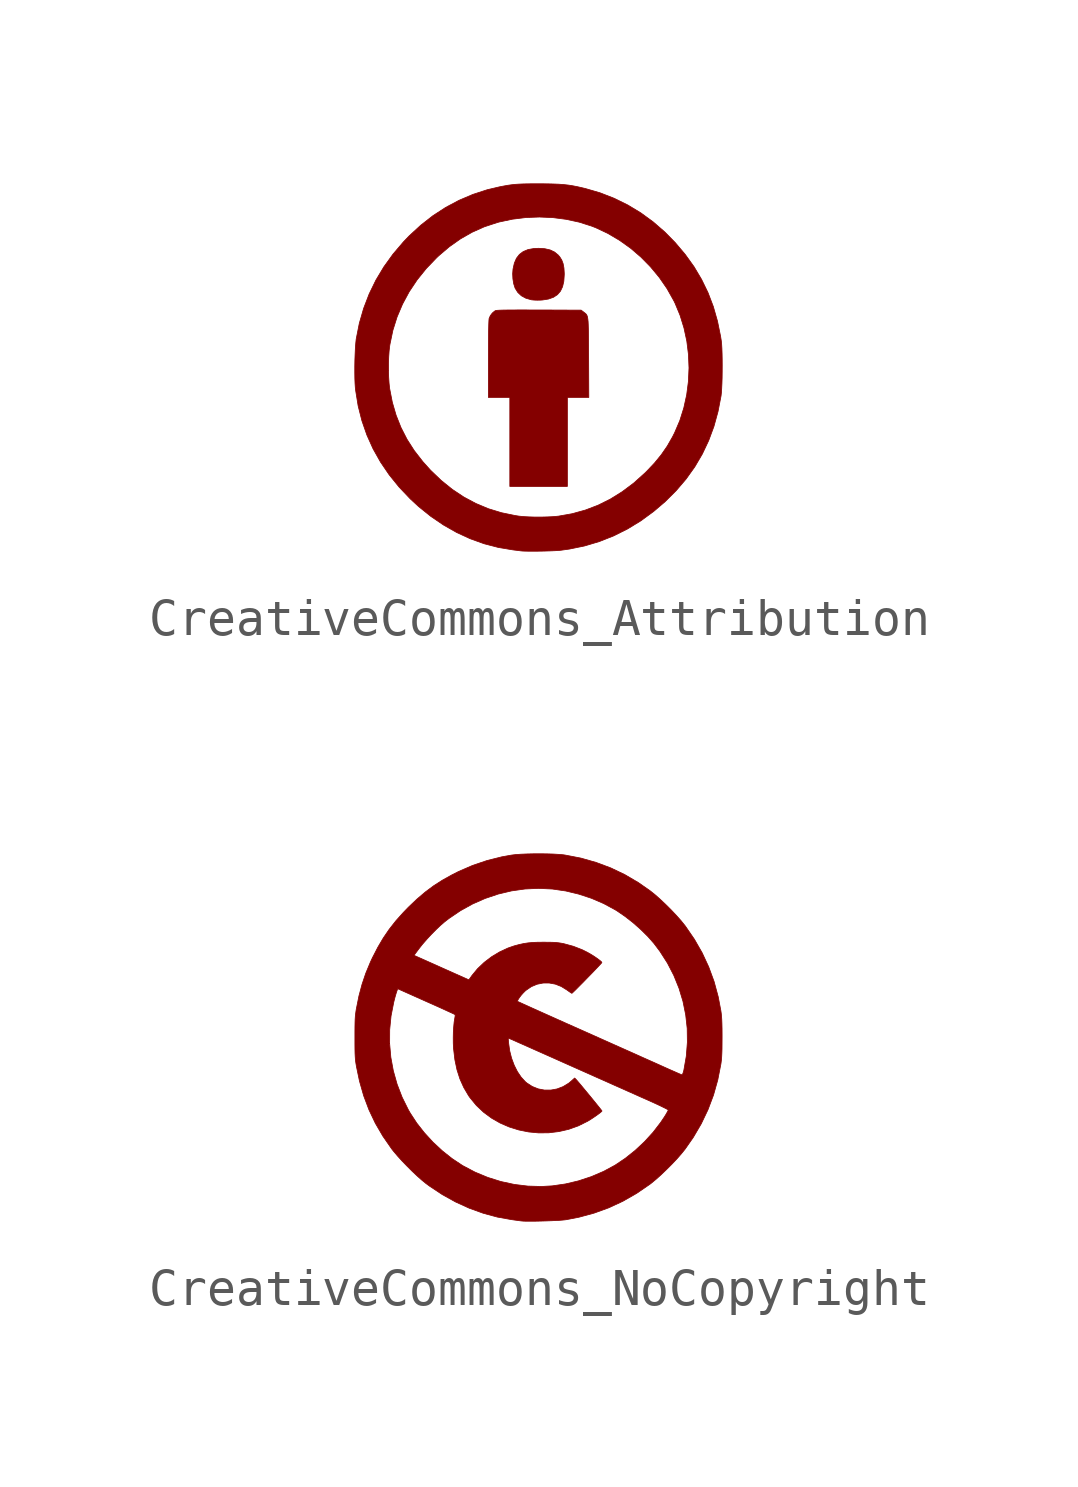
<source format=kicad_sym>
(kicad_symbol_lib
  (version 20211014)
  (generator kicad_symbol_editor)
  (symbol "CreativeCommons_Attribution"
    (pin_names
      (offset 1.016))
    (property "Reference" "G"
      (at 0 4.365 0)
      (effects (font (size 1.27 1.27)) hide))
    (symbol "CreativeCommons_Attribution_0_0"
      (polyline (pts (xy 0.054 1.828) (xy 0.105 1.831) (xy 0.268 1.857) (xy 0.404 1.905) (xy 0.512 1.976) (xy 0.594 2.071) (xy 0.652 2.193) (xy 0.686 2.341) (xy 0.698 2.518) (xy 0.698 2.557) (xy 0.689 2.701) (xy 0.667 2.818) (xy 0.63 2.917) (xy 0.576 3.003) (xy 0.534 3.053) (xy 0.434 3.135) (xy 0.314 3.192) (xy 0.17 3.225) (xy 0 3.236) (xy -0.131 3.23) (xy -0.287 3.202) (xy -0.417 3.148) (xy -0.521 3.07) (xy -0.602 2.965) (xy -0.659 2.833) (xy -0.695 2.673) (xy -0.705 2.543) (xy -0.698 2.403) (xy -0.676 2.27) (xy -0.64 2.158) (xy -0.638 2.153) (xy -0.566 2.038) (xy -0.468 1.946) (xy -0.345 1.879) (xy -0.2 1.838) (xy -0.192 1.836) (xy -0.121 1.829) (xy -0.033 1.826) (xy 0.054 1.828)) (stroke (width 0.01) (type default) (color 0 0 0 0)) (fill (type outline)))
      (polyline (pts (xy 0.782 -0.818) (xy 1.365 -0.818) (xy 1.36 0.259) (xy 1.359 0.368) (xy 1.358 0.585) (xy 1.357 0.769) (xy 1.355 0.924) (xy 1.353 1.052) (xy 1.35 1.157) (xy 1.346 1.241) (xy 1.339 1.307) (xy 1.331 1.358) (xy 1.321 1.396) (xy 1.308 1.425) (xy 1.292 1.448) (xy 1.273 1.466) (xy 1.25 1.484) (xy 1.224 1.504) (xy 1.157 1.555) (xy 0.02 1.56) (xy 0.008 1.56) (xy -0.246 1.56) (xy -0.465 1.561) (xy -0.651 1.56) (xy -0.806 1.559) (xy -0.931 1.558) (xy -1.028 1.555) (xy -1.099 1.552) (xy -1.145 1.548) (xy -1.168 1.544) (xy -1.197 1.528) (xy -1.259 1.475) (xy -1.311 1.406) (xy -1.344 1.332) (xy -1.347 1.315) (xy -1.351 1.258) (xy -1.355 1.166) (xy -1.358 1.041) (xy -1.36 0.883) (xy -1.362 0.693) (xy -1.363 0.473) (xy -1.364 0.223) (xy -1.364 -0.818) (xy -0.782 -0.818) (xy -0.782 -3.236) (xy 0.782 -3.236) (xy 0.782 -0.818)) (stroke (width 0.01) (type default) (color 0 0 0 0)) (fill (type outline)))
      (polyline (pts (xy 0.035 -4.997) (xy 0.173 -4.994) (xy 0.306 -4.99) (xy 0.427 -4.985) (xy 0.53 -4.979) (xy 0.608 -4.972) (xy 0.837 -4.94) (xy 1.251 -4.855) (xy 1.653 -4.735) (xy 2.042 -4.581) (xy 2.418 -4.393) (xy 2.78 -4.172) (xy 3.127 -3.918) (xy 3.439 -3.652) (xy 3.74 -3.352) (xy 4.009 -3.037) (xy 4.246 -2.705) (xy 4.451 -2.356) (xy 4.624 -1.99) (xy 4.767 -1.605) (xy 4.878 -1.201) (xy 4.96 -0.777) (xy 4.969 -0.696) (xy 4.977 -0.58) (xy 4.984 -0.44) (xy 4.989 -0.284) (xy 4.991 -0.118) (xy 4.992 0.051) (xy 4.991 0.217) (xy 4.988 0.374) (xy 4.983 0.514) (xy 4.976 0.631) (xy 4.967 0.718) (xy 4.948 0.841) (xy 4.863 1.257) (xy 4.75 1.653) (xy 4.606 2.03) (xy 4.431 2.39) (xy 4.225 2.737) (xy 3.985 3.071) (xy 3.712 3.394) (xy 3.433 3.678) (xy 3.115 3.954) (xy 2.778 4.2) (xy 2.424 4.414) (xy 2.054 4.596) (xy 1.668 4.746) (xy 1.269 4.862) (xy 1.202 4.878) (xy 1.062 4.91) (xy 0.934 4.935) (xy 0.809 4.955) (xy 0.683 4.969) (xy 0.547 4.979) (xy 0.396 4.985) (xy 0.222 4.989) (xy 0.018 4.99) (xy -0.124 4.99) (xy -0.285 4.989) (xy -0.42 4.986) (xy -0.537 4.981) (xy -0.642 4.974) (xy -0.741 4.963) (xy -0.84 4.949) (xy -0.945 4.93) (xy -1.064 4.907) (xy -1.398 4.828) (xy -1.787 4.701) (xy -2.163 4.541) (xy -2.526 4.348) (xy -2.873 4.122) (xy -3.204 3.863) (xy -3.519 3.573) (xy -3.675 3.41) (xy -3.957 3.079) (xy -4.206 2.733) (xy -4.423 2.371) (xy -4.606 1.995) (xy -4.756 1.604) (xy -4.873 1.2) (xy -4.956 0.782) (xy -4.96 0.757) (xy -4.971 0.648) (xy -4.981 0.513) (xy -4.988 0.358) (xy -4.994 0.193) (xy -4.997 0.023) (xy -4.997 -0.086) (xy -4.081 -0.086) (xy -4.081 0.099) (xy -4.075 0.279) (xy -4.064 0.444) (xy -4.048 0.582) (xy -4.04 0.631) (xy -3.961 1.008) (xy -3.847 1.37) (xy -3.699 1.719) (xy -3.518 2.055) (xy -3.303 2.377) (xy -3.055 2.685) (xy -2.773 2.979) (xy -2.718 3.031) (xy -2.427 3.279) (xy -2.123 3.493) (xy -1.807 3.673) (xy -1.476 3.821) (xy -1.13 3.935) (xy -1.064 3.953) (xy -0.71 4.028) (xy -0.346 4.073) (xy 0.022 4.087) (xy 0.39 4.071) (xy 0.751 4.024) (xy 1.102 3.948) (xy 1.436 3.842) (xy 1.557 3.795) (xy 1.885 3.64) (xy 2.2 3.454) (xy 2.501 3.239) (xy 2.783 2.997) (xy 3.044 2.731) (xy 3.282 2.444) (xy 3.492 2.139) (xy 3.673 1.817) (xy 3.708 1.747) (xy 3.845 1.417) (xy 3.952 1.071) (xy 4.029 0.715) (xy 4.074 0.351) (xy 4.089 -0.016) (xy 4.073 -0.383) (xy 4.026 -0.746) (xy 3.948 -1.101) (xy 3.84 -1.445) (xy 3.7 -1.773) (xy 3.64 -1.892) (xy 3.497 -2.142) (xy 3.336 -2.375) (xy 3.151 -2.601) (xy 2.937 -2.827) (xy 2.886 -2.877) (xy 2.585 -3.147) (xy 2.273 -3.381) (xy 1.95 -3.582) (xy 1.616 -3.748) (xy 1.27 -3.88) (xy 0.912 -3.979) (xy 0.54 -4.045) (xy 0.52 -4.047) (xy 0.39 -4.059) (xy 0.237 -4.066) (xy 0.07 -4.07) (xy -0.1 -4.07) (xy -0.264 -4.065) (xy -0.411 -4.057) (xy -0.531 -4.045) (xy -0.635 -4.029) (xy -1.008 -3.952) (xy -1.365 -3.843) (xy -1.706 -3.7) (xy -2.034 -3.525) (xy -2.348 -3.316) (xy -2.648 -3.074) (xy -2.937 -2.797) (xy -3.148 -2.562) (xy -3.38 -2.264) (xy -3.577 -1.956) (xy -3.741 -1.636) (xy -3.874 -1.301) (xy -3.976 -0.951) (xy -4.048 -0.582) (xy -4.05 -0.573) (xy -4.065 -0.432) (xy -4.076 -0.267) (xy -4.081 -0.086) (xy -4.997 -0.086) (xy -4.997 -0.142) (xy -4.995 -0.296) (xy -4.99 -0.432) (xy -4.983 -0.54) (xy -4.972 -0.636) (xy -4.905 -1.05) (xy -4.803 -1.452) (xy -4.668 -1.84) (xy -4.5 -2.214) (xy -4.297 -2.575) (xy -4.061 -2.922) (xy -3.792 -3.255) (xy -3.489 -3.574) (xy -3.262 -3.784) (xy -2.93 -4.051) (xy -2.585 -4.286) (xy -2.228 -4.489) (xy -1.859 -4.659) (xy -1.481 -4.795) (xy -1.094 -4.896) (xy -0.7 -4.962) (xy -0.669 -4.966) (xy -0.592 -4.975) (xy -0.529 -4.983) (xy -0.491 -4.988) (xy -0.488 -4.989) (xy -0.428 -4.994) (xy -0.339 -4.997) (xy -0.228 -4.998) (xy -0.101 -4.998) (xy 0.035 -4.997)) (stroke (width 0.01) (type default) (color 0 0 0 0)) (fill (type outline)))))
  (symbol "CreativeCommons_NoCopyright"
    (pin_names
      (offset 1.016))
    (property "Reference" "G"
      (at 0 4.365 0)
      (effects (font (size 1.27 1.27)) hide))
    (symbol "CreativeCommons_NoCopyright_0_0"
      (polyline (pts (xy -0.077 -4.995) (xy 0.06 -4.992) (xy 0.202 -4.988) (xy 0.341 -4.983) (xy 0.472 -4.977) (xy 0.587 -4.971) (xy 0.68 -4.963) (xy 0.745 -4.956) (xy 1.097 -4.888) (xy 1.511 -4.776) (xy 1.911 -4.631) (xy 2.296 -4.452) (xy 2.668 -4.239) (xy 3.027 -3.993) (xy 3.062 -3.966) (xy 3.192 -3.859) (xy 3.334 -3.732) (xy 3.481 -3.591) (xy 3.627 -3.445) (xy 3.765 -3.299) (xy 3.886 -3.16) (xy 3.986 -3.036) (xy 4.209 -2.716) (xy 4.425 -2.347) (xy 4.608 -1.964) (xy 4.758 -1.567) (xy 4.874 -1.155) (xy 4.958 -0.727) (xy 4.963 -0.693) (xy 4.973 -0.615) (xy 4.98 -0.529) (xy 4.985 -0.431) (xy 4.989 -0.314) (xy 4.99 -0.172) (xy 4.991 0) (xy 4.991 0.082) (xy 4.99 0.24) (xy 4.987 0.37) (xy 4.983 0.477) (xy 4.977 0.569) (xy 4.969 0.65) (xy 4.958 0.727) (xy 4.886 1.106) (xy 4.774 1.52) (xy 4.628 1.917) (xy 4.45 2.3) (xy 4.238 2.67) (xy 3.993 3.027) (xy 3.982 3.041) (xy 3.876 3.173) (xy 3.747 3.318) (xy 3.604 3.47) (xy 3.453 3.62) (xy 3.302 3.762) (xy 3.158 3.889) (xy 3.027 3.993) (xy 2.712 4.212) (xy 2.344 4.428) (xy 1.962 4.61) (xy 1.566 4.758) (xy 1.155 4.875) (xy 0.727 4.958) (xy 0.674 4.966) (xy 0.545 4.977) (xy 0.392 4.986) (xy 0.221 4.991) (xy 0.041 4.993) (xy -0.141 4.992) (xy -0.317 4.988) (xy -0.48 4.981) (xy -0.623 4.971) (xy -0.736 4.957) (xy -0.997 4.91) (xy -1.4 4.809) (xy -1.79 4.677) (xy -2.173 4.511) (xy -2.347 4.423) (xy -2.609 4.277) (xy -2.851 4.122) (xy -3.08 3.951) (xy -3.307 3.758) (xy -3.538 3.538) (xy -3.675 3.396) (xy -3.878 3.169) (xy -4.057 2.941) (xy -4.218 2.705) (xy -4.367 2.452) (xy -4.48 2.232) (xy -3.384 2.232) (xy -3.246 2.416) (xy -3.154 2.533) (xy -3.04 2.664) (xy -2.916 2.798) (xy -2.788 2.928) (xy -2.665 3.045) (xy -2.555 3.14) (xy -2.434 3.234) (xy -2.121 3.446) (xy -1.792 3.628) (xy -1.449 3.779) (xy -1.095 3.898) (xy -0.733 3.984) (xy -0.366 4.036) (xy 0.004 4.053) (xy 0.374 4.035) (xy 0.385 4.034) (xy 0.74 3.982) (xy 1.093 3.897) (xy 1.44 3.783) (xy 1.772 3.64) (xy 2.083 3.472) (xy 2.134 3.441) (xy 2.351 3.292) (xy 2.569 3.122) (xy 2.779 2.936) (xy 2.973 2.745) (xy 3.14 2.555) (xy 3.301 2.341) (xy 3.506 2.021) (xy 3.679 1.686) (xy 3.82 1.338) (xy 3.928 0.981) (xy 4.002 0.615) (xy 4.043 0.244) (xy 4.048 -0.131) (xy 4.019 -0.506) (xy 3.954 -0.88) (xy 3.951 -0.895) (xy 3.933 -0.958) (xy 3.916 -1.001) (xy 3.903 -1.016) (xy 3.902 -1.016) (xy 3.879 -1.008) (xy 3.827 -0.987) (xy 3.752 -0.954) (xy 3.657 -0.912) (xy 3.547 -0.864) (xy 3.427 -0.81) (xy 3.381 -0.789) (xy 3.281 -0.744) (xy 3.152 -0.686) (xy 2.999 -0.618) (xy 2.822 -0.539) (xy 2.627 -0.451) (xy 2.414 -0.356) (xy 2.189 -0.256) (xy 1.952 -0.15) (xy 1.708 -0.041) (xy 1.46 0.07) (xy 1.209 0.182) (xy 0.748 0.387) (xy 0.529 0.485) (xy 0.324 0.577) (xy 0.134 0.662) (xy -0.037 0.739) (xy -0.189 0.807) (xy -0.318 0.866) (xy -0.423 0.913) (xy -0.501 0.949) (xy -0.55 0.971) (xy -0.568 0.98) (xy -0.569 0.998) (xy -0.55 1.036) (xy -0.515 1.089) (xy -0.469 1.149) (xy -0.415 1.209) (xy -0.361 1.263) (xy -0.336 1.284) (xy -0.194 1.381) (xy -0.039 1.446) (xy 0.124 1.479) (xy 0.291 1.48) (xy 0.459 1.449) (xy 0.621 1.385) (xy 0.775 1.289) (xy 0.791 1.277) (xy 0.846 1.238) (xy 0.887 1.21) (xy 0.908 1.2) (xy 0.915 1.205) (xy 0.943 1.231) (xy 0.991 1.277) (xy 1.054 1.34) (xy 1.129 1.416) (xy 1.213 1.5) (xy 1.3 1.59) (xy 1.388 1.68) (xy 1.474 1.768) (xy 1.552 1.85) (xy 1.62 1.921) (xy 1.673 1.978) (xy 1.709 2.018) (xy 1.723 2.036) (xy 1.715 2.052) (xy 1.68 2.084) (xy 1.626 2.126) (xy 1.557 2.175) (xy 1.48 2.226) (xy 1.399 2.275) (xy 1.322 2.318) (xy 1.185 2.386) (xy 0.945 2.479) (xy 0.687 2.549) (xy 0.62 2.562) (xy 0.548 2.573) (xy 0.473 2.581) (xy 0.387 2.586) (xy 0.28 2.588) (xy 0.145 2.589) (xy -0.011 2.588) (xy -0.158 2.582) (xy -0.287 2.57) (xy -0.409 2.551) (xy -0.531 2.524) (xy -0.664 2.488) (xy -0.829 2.431) (xy -1.056 2.325) (xy -1.274 2.194) (xy -1.476 2.04) (xy -1.656 1.869) (xy -1.807 1.686) (xy -1.892 1.566) (xy -2.051 1.637) (xy -2.086 1.653) (xy -2.161 1.686) (xy -2.26 1.73) (xy -2.378 1.783) (xy -2.511 1.842) (xy -2.652 1.905) (xy -2.796 1.97) (xy -3.384 2.232) (xy -4.48 2.232) (xy -4.511 2.173) (xy -4.571 2.044) (xy -4.695 1.745) (xy -4.797 1.443) (xy -4.881 1.128) (xy -4.949 0.789) (xy -4.952 0.775) (xy -4.963 0.704) (xy -4.972 0.638) (xy -4.979 0.57) (xy -4.984 0.494) (xy -4.987 0.405) (xy -4.989 0.297) (xy -4.99 0.164) (xy -4.99 0) (xy -4.99 -0.032) (xy -4.99 -0.165) (xy -4.047 -0.165) (xy -4.045 0.21) (xy -4.008 0.585) (xy -3.935 0.957) (xy -3.923 1.005) (xy -3.9 1.095) (xy -3.877 1.175) (xy -3.859 1.233) (xy -3.827 1.324) (xy -3.055 0.979) (xy -2.911 0.915) (xy -2.763 0.849) (xy -2.628 0.788) (xy -2.51 0.734) (xy -2.412 0.689) (xy -2.337 0.655) (xy -2.288 0.631) (xy -2.269 0.622) (xy -2.267 0.617) (xy -2.265 0.585) (xy -2.273 0.536) (xy -2.276 0.52) (xy -2.293 0.416) (xy -2.305 0.286) (xy -2.314 0.142) (xy -2.317 -0.009) (xy -2.316 -0.157) (xy -2.31 -0.291) (xy -2.308 -0.308) (xy -2.273 -0.605) (xy -2.216 -0.877) (xy -2.136 -1.127) (xy -2.031 -1.361) (xy -1.901 -1.582) (xy -1.86 -1.64) (xy -1.689 -1.848) (xy -1.494 -2.032) (xy -1.278 -2.192) (xy -1.044 -2.326) (xy -0.796 -2.434) (xy -0.536 -2.515) (xy -0.268 -2.569) (xy 0.005 -2.595) (xy 0.28 -2.592) (xy 0.554 -2.559) (xy 0.823 -2.497) (xy 1.085 -2.403) (xy 1.336 -2.278) (xy 1.401 -2.239) (xy 1.473 -2.192) (xy 1.547 -2.142) (xy 1.616 -2.093) (xy 1.673 -2.05) (xy 1.712 -2.017) (xy 1.727 -2) (xy 1.719 -1.988) (xy 1.691 -1.952) (xy 1.646 -1.895) (xy 1.588 -1.823) (xy 1.52 -1.739) (xy 1.445 -1.647) (xy 1.367 -1.552) (xy 1.289 -1.458) (xy 1.215 -1.369) (xy 1.149 -1.289) (xy 1.093 -1.223) (xy 1.051 -1.174) (xy 1.027 -1.147) (xy 0.984 -1.103) (xy 0.894 -1.184) (xy 0.823 -1.243) (xy 0.669 -1.337) (xy 0.504 -1.4) (xy 0.334 -1.431) (xy 0.162 -1.431) (xy -0.007 -1.398) (xy -0.168 -1.334) (xy -0.318 -1.237) (xy -0.357 -1.204) (xy -0.471 -1.08) (xy -0.573 -0.929) (xy -0.66 -0.756) (xy -0.731 -0.566) (xy -0.782 -0.366) (xy -0.811 -0.161) (xy -0.824 -0.015) (xy -0.762 -0.042) (xy -0.757 -0.044) (xy -0.722 -0.059) (xy -0.656 -0.088) (xy -0.563 -0.13) (xy -0.445 -0.182) (xy -0.303 -0.245) (xy -0.142 -0.317) (xy 0.038 -0.397) (xy 0.234 -0.484) (xy 0.443 -0.577) (xy 0.662 -0.675) (xy 0.891 -0.777) (xy 1.12 -0.879) (xy 1.361 -0.986) (xy 1.6 -1.093) (xy 1.833 -1.196) (xy 2.056 -1.296) (xy 2.266 -1.389) (xy 2.46 -1.476) (xy 2.634 -1.553) (xy 2.785 -1.621) (xy 2.91 -1.676) (xy 3.005 -1.718) (xy 3.071 -1.748) (xy 3.194 -1.804) (xy 3.303 -1.855) (xy 3.395 -1.9) (xy 3.466 -1.935) (xy 3.511 -1.96) (xy 3.527 -1.973) (xy 3.522 -1.989) (xy 3.5 -2.031) (xy 3.466 -2.091) (xy 3.423 -2.16) (xy 3.323 -2.309) (xy 3.117 -2.577) (xy 2.883 -2.833) (xy 2.629 -3.071) (xy 2.36 -3.286) (xy 2.083 -3.472) (xy 1.772 -3.64) (xy 1.437 -3.784) (xy 1.088 -3.899) (xy 0.732 -3.983) (xy 0.374 -4.035) (xy 0.08 -4.052) (xy -0.289 -4.041) (xy -0.657 -3.996) (xy -1.022 -3.917) (xy -1.379 -3.805) (xy -1.726 -3.661) (xy -2.06 -3.485) (xy -2.08 -3.472) (xy -2.351 -3.292) (xy -2.615 -3.082) (xy -2.867 -2.848) (xy -3.099 -2.595) (xy -3.307 -2.331) (xy -3.485 -2.059) (xy -3.538 -1.967) (xy -3.708 -1.624) (xy -3.844 -1.27) (xy -3.946 -0.908) (xy -4.014 -0.539) (xy -4.047 -0.165) (xy -4.99 -0.165) (xy -4.99 -0.19) (xy -4.989 -0.318) (xy -4.987 -0.422) (xy -4.983 -0.508) (xy -4.978 -0.582) (xy -4.971 -0.65) (xy -4.961 -0.717) (xy -4.949 -0.789) (xy -4.866 -1.187) (xy -4.752 -1.586) (xy -4.609 -1.966) (xy -4.436 -2.331) (xy -4.231 -2.683) (xy -3.993 -3.027) (xy -3.938 -3.097) (xy -3.832 -3.222) (xy -3.709 -3.358) (xy -3.574 -3.498) (xy -3.436 -3.636) (xy -3.299 -3.765) (xy -3.172 -3.878) (xy -3.059 -3.97) (xy -2.956 -4.046) (xy -2.612 -4.274) (xy -2.253 -4.473) (xy -1.882 -4.642) (xy -1.503 -4.779) (xy -1.12 -4.883) (xy -0.736 -4.952) (xy -0.652 -4.964) (xy -0.569 -4.975) (xy -0.503 -4.984) (xy -0.464 -4.989) (xy -0.461 -4.989) (xy -0.403 -4.994) (xy -0.315 -4.996) (xy -0.205 -4.996) (xy -0.077 -4.995)) (stroke (width 0.01) (type default) (color 0 0 0 0)) (fill (type outline))))))
</source>
